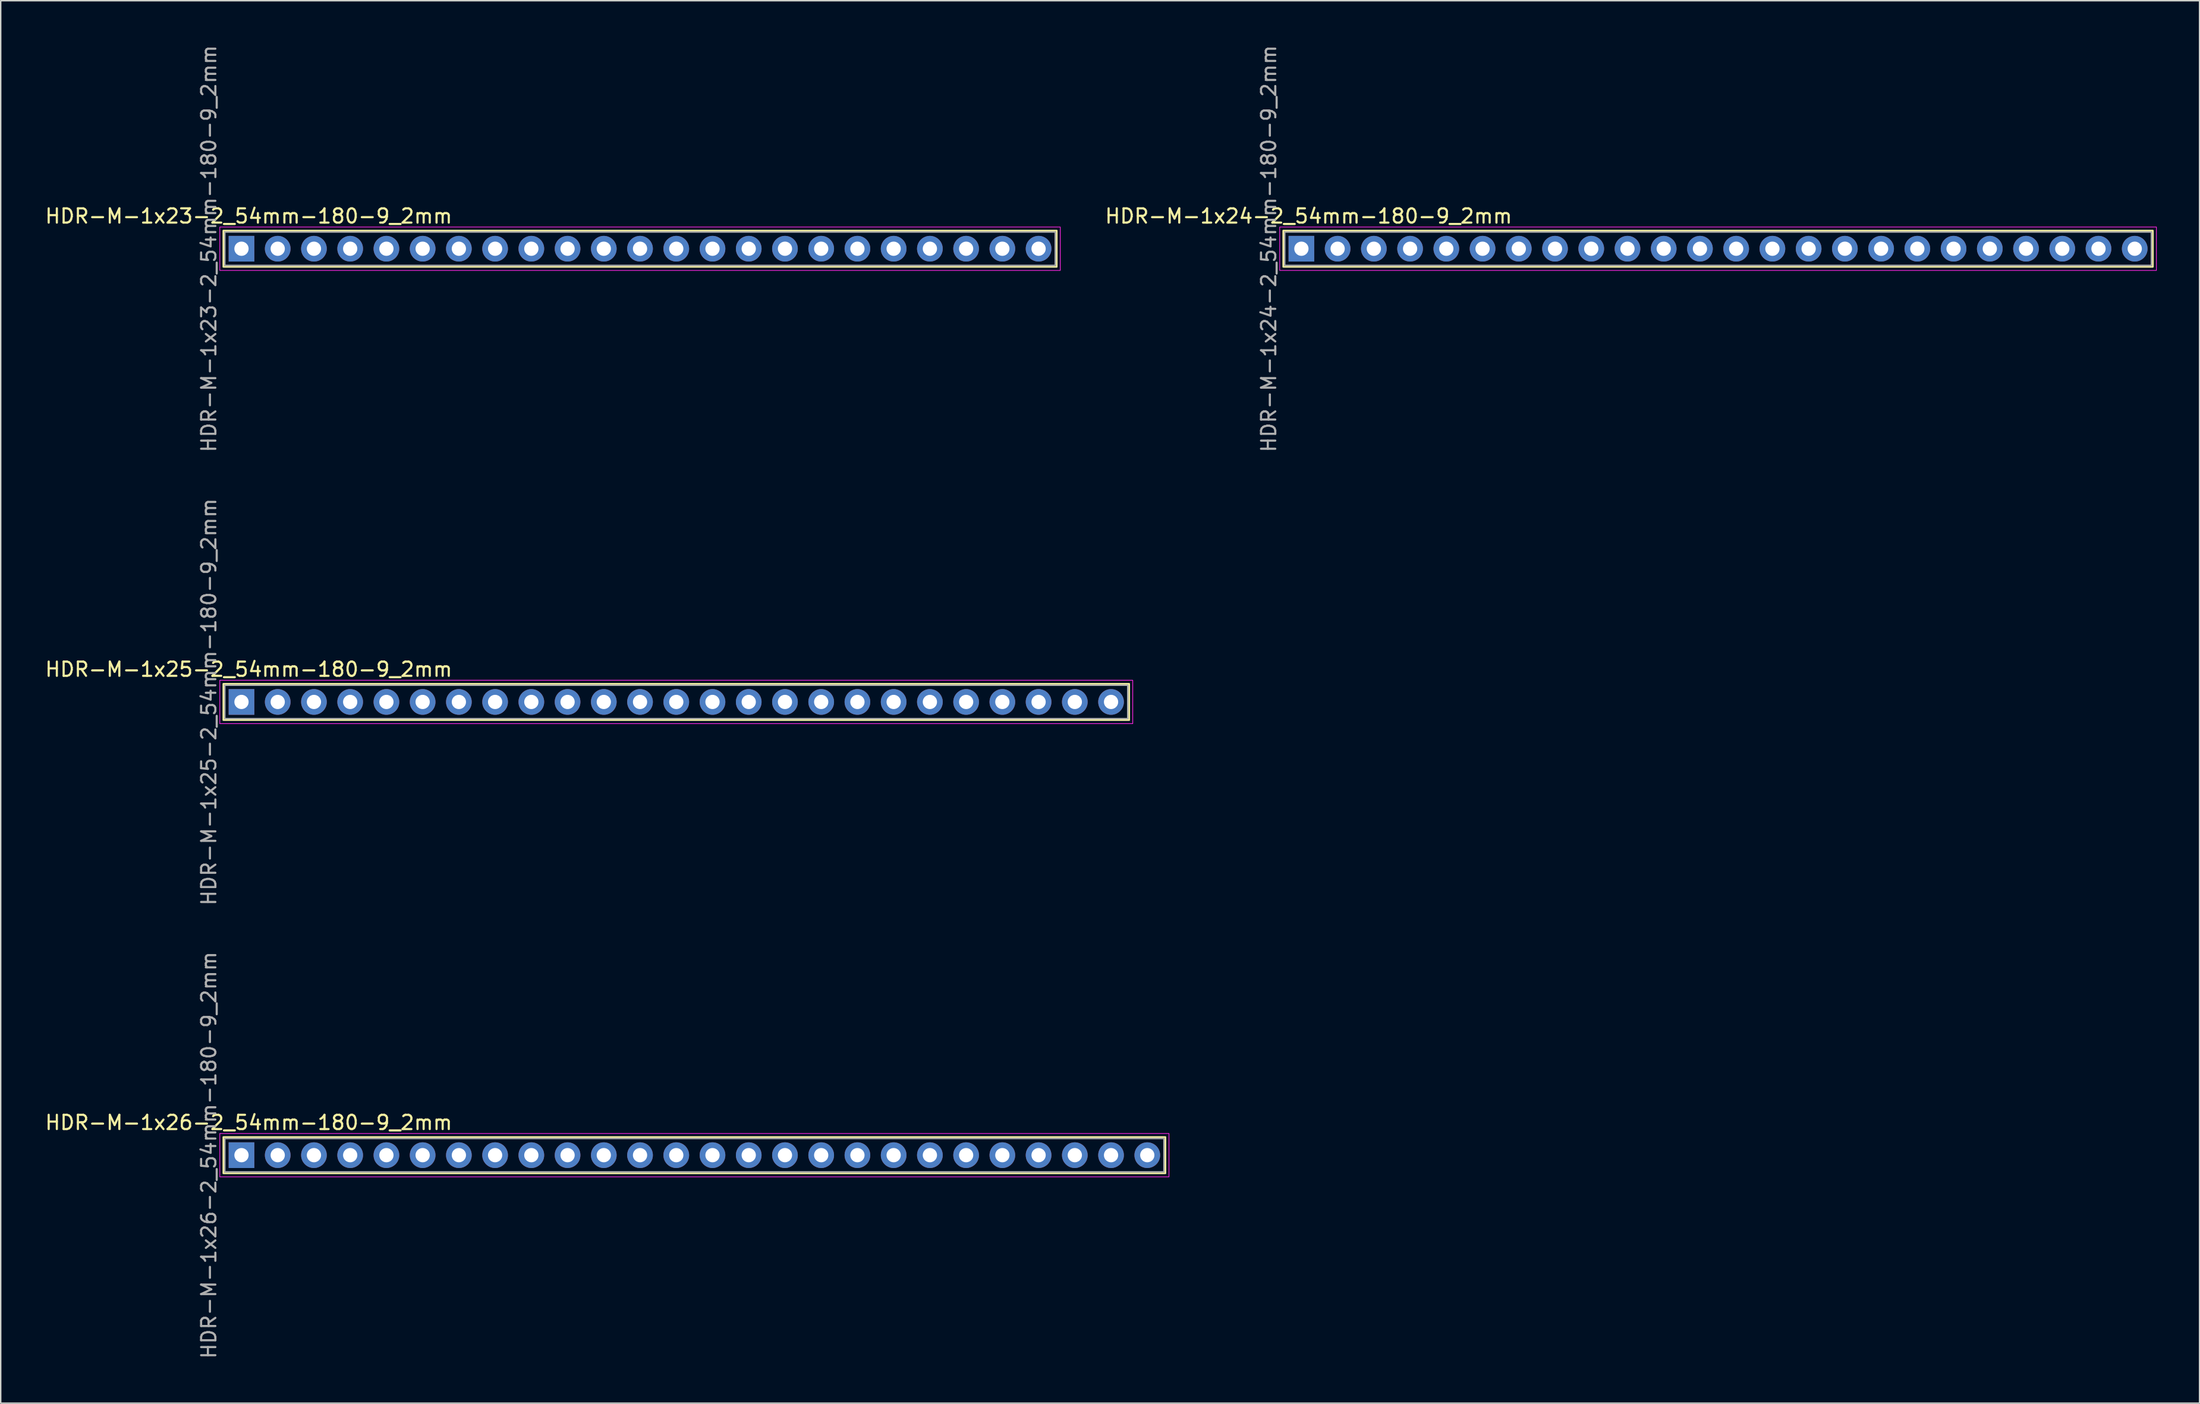
<source format=kicad_pcb>
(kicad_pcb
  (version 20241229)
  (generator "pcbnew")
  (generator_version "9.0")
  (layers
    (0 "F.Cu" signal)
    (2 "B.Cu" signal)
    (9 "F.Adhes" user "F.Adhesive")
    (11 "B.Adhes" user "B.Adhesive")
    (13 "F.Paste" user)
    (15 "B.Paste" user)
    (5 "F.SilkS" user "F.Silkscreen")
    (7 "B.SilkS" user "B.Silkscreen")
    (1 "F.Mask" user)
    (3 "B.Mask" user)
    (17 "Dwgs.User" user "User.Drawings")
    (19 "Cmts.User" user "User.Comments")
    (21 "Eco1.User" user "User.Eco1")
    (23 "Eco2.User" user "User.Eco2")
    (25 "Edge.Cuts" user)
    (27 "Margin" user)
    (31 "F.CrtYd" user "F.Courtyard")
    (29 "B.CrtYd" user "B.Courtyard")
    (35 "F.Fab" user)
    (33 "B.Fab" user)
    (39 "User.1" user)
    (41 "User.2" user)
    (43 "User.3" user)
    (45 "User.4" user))
  (footprint "HDR-M-1x26-2_54mm-180-9_2mm"
    (layer "F.Cu")
    (at 13.879 77.935)
    (property "Reference" "HDR-M-1x26-2_54mm-180-9_2mm" (at 0.508 -2.286 0) (unlocked yes) (layer "F.SilkS") (effects (font (size 1 1) (thickness 0.15))))
    (attr through_hole)
    (fp_rect (start -1.27 -1.27) (end 64.77 1.27) (stroke (width 0.12) (type solid)) (fill no) (layer "F.SilkS"))
    (fp_rect (start -1.52 -1.52) (end 65.02 1.52) (stroke (width 0.05) (type solid)) (fill no) (layer "F.CrtYd"))
    (fp_rect (start -1.17 -1.17) (end 64.67 1.17) (stroke (width 0.1) (type solid)) (fill no) (layer "F.Fab"))
    (fp_text user "${REFERENCE}" (at -2.286 0 90) (unlocked yes) (layer "F.Fab") (effects (font (size 1 1) (thickness 0.15))))
    (pad "1" thru_hole rect (at 0 0) (size 1.8 1.8) (drill 1) (layers "*.Cu" "*.Mask"))
    (pad "2" thru_hole circle (at 2.54 0) (size 1.8 1.8) (drill 1) (layers "*.Cu" "*.Mask"))
    (pad "3" thru_hole circle (at 5.08 0) (size 1.8 1.8) (drill 1) (layers "*.Cu" "*.Mask"))
    (pad "4" thru_hole circle (at 7.62 0) (size 1.8 1.8) (drill 1) (layers "*.Cu" "*.Mask"))
    (pad "5" thru_hole circle (at 10.16 0) (size 1.8 1.8) (drill 1) (layers "*.Cu" "*.Mask"))
    (pad "6" thru_hole circle (at 12.7 0) (size 1.8 1.8) (drill 1) (layers "*.Cu" "*.Mask"))
    (pad "7" thru_hole circle (at 15.24 0) (size 1.8 1.8) (drill 1) (layers "*.Cu" "*.Mask"))
    (pad "8" thru_hole circle (at 17.78 0) (size 1.8 1.8) (drill 1) (layers "*.Cu" "*.Mask"))
    (pad "9" thru_hole circle (at 20.32 0) (size 1.8 1.8) (drill 1) (layers "*.Cu" "*.Mask"))
    (pad "10" thru_hole circle (at 22.86 0) (size 1.8 1.8) (drill 1) (layers "*.Cu" "*.Mask"))
    (pad "11" thru_hole circle (at 25.4 0) (size 1.8 1.8) (drill 1) (layers "*.Cu" "*.Mask"))
    (pad "12" thru_hole circle (at 27.94 0) (size 1.8 1.8) (drill 1) (layers "*.Cu" "*.Mask"))
    (pad "13" thru_hole circle (at 30.48 0) (size 1.8 1.8) (drill 1) (layers "*.Cu" "*.Mask"))
    (pad "14" thru_hole circle (at 33.02 0) (size 1.8 1.8) (drill 1) (layers "*.Cu" "*.Mask"))
    (pad "15" thru_hole circle (at 35.56 0) (size 1.8 1.8) (drill 1) (layers "*.Cu" "*.Mask"))
    (pad "16" thru_hole circle (at 38.1 0) (size 1.8 1.8) (drill 1) (layers "*.Cu" "*.Mask"))
    (pad "17" thru_hole circle (at 40.64 0) (size 1.8 1.8) (drill 1) (layers "*.Cu" "*.Mask"))
    (pad "18" thru_hole circle (at 43.18 0) (size 1.8 1.8) (drill 1) (layers "*.Cu" "*.Mask"))
    (pad "19" thru_hole circle (at 45.72 0) (size 1.8 1.8) (drill 1) (layers "*.Cu" "*.Mask"))
    (pad "20" thru_hole circle (at 48.26 0) (size 1.8 1.8) (drill 1) (layers "*.Cu" "*.Mask"))
    (pad "21" thru_hole circle (at 50.8 0) (size 1.8 1.8) (drill 1) (layers "*.Cu" "*.Mask"))
    (pad "22" thru_hole circle (at 53.34 0) (size 1.8 1.8) (drill 1) (layers "*.Cu" "*.Mask"))
    (pad "23" thru_hole circle (at 55.88 0) (size 1.8 1.8) (drill 1) (layers "*.Cu" "*.Mask"))
    (pad "24" thru_hole circle (at 58.42 0) (size 1.8 1.8) (drill 1) (layers "*.Cu" "*.Mask"))
    (pad "25" thru_hole circle (at 60.96 0) (size 1.8 1.8) (drill 1) (layers "*.Cu" "*.Mask"))
    (pad "26" thru_hole circle (at 63.5 0) (size 1.8 1.8) (drill 1) (layers "*.Cu" "*.Mask")))
  (footprint "HDR-M-1x24-2_54mm-180-9_2mm"
    (layer "F.Cu")
    (at 88.183 14.387)
    (property "Reference" "HDR-M-1x24-2_54mm-180-9_2mm" (at 0.508 -2.286 0) (unlocked yes) (layer "F.SilkS") (effects (font (size 1 1) (thickness 0.15))))
    (attr through_hole)
    (fp_rect (start -1.27 -1.27) (end 59.69 1.27) (stroke (width 0.12) (type solid)) (fill no) (layer "F.SilkS"))
    (fp_rect (start -1.52 -1.52) (end 59.94 1.52) (stroke (width 0.05) (type solid)) (fill no) (layer "F.CrtYd"))
    (fp_rect (start -1.17 -1.17) (end 59.59 1.17) (stroke (width 0.1) (type solid)) (fill no) (layer "F.Fab"))
    (fp_text user "${REFERENCE}" (at -2.286 0 90) (unlocked yes) (layer "F.Fab") (effects (font (size 1 1) (thickness 0.15))))
    (pad "1" thru_hole rect (at 0 0) (size 1.8 1.8) (drill 1) (layers "*.Cu" "*.Mask"))
    (pad "2" thru_hole circle (at 2.54 0) (size 1.8 1.8) (drill 1) (layers "*.Cu" "*.Mask"))
    (pad "3" thru_hole circle (at 5.08 0) (size 1.8 1.8) (drill 1) (layers "*.Cu" "*.Mask"))
    (pad "4" thru_hole circle (at 7.62 0) (size 1.8 1.8) (drill 1) (layers "*.Cu" "*.Mask"))
    (pad "5" thru_hole circle (at 10.16 0) (size 1.8 1.8) (drill 1) (layers "*.Cu" "*.Mask"))
    (pad "6" thru_hole circle (at 12.7 0) (size 1.8 1.8) (drill 1) (layers "*.Cu" "*.Mask"))
    (pad "7" thru_hole circle (at 15.24 0) (size 1.8 1.8) (drill 1) (layers "*.Cu" "*.Mask"))
    (pad "8" thru_hole circle (at 17.78 0) (size 1.8 1.8) (drill 1) (layers "*.Cu" "*.Mask"))
    (pad "9" thru_hole circle (at 20.32 0) (size 1.8 1.8) (drill 1) (layers "*.Cu" "*.Mask"))
    (pad "10" thru_hole circle (at 22.86 0) (size 1.8 1.8) (drill 1) (layers "*.Cu" "*.Mask"))
    (pad "11" thru_hole circle (at 25.4 0) (size 1.8 1.8) (drill 1) (layers "*.Cu" "*.Mask"))
    (pad "12" thru_hole circle (at 27.94 0) (size 1.8 1.8) (drill 1) (layers "*.Cu" "*.Mask"))
    (pad "13" thru_hole circle (at 30.48 0) (size 1.8 1.8) (drill 1) (layers "*.Cu" "*.Mask"))
    (pad "14" thru_hole circle (at 33.02 0) (size 1.8 1.8) (drill 1) (layers "*.Cu" "*.Mask"))
    (pad "15" thru_hole circle (at 35.56 0) (size 1.8 1.8) (drill 1) (layers "*.Cu" "*.Mask"))
    (pad "16" thru_hole circle (at 38.1 0) (size 1.8 1.8) (drill 1) (layers "*.Cu" "*.Mask"))
    (pad "17" thru_hole circle (at 40.64 0) (size 1.8 1.8) (drill 1) (layers "*.Cu" "*.Mask"))
    (pad "18" thru_hole circle (at 43.18 0) (size 1.8 1.8) (drill 1) (layers "*.Cu" "*.Mask"))
    (pad "19" thru_hole circle (at 45.72 0) (size 1.8 1.8) (drill 1) (layers "*.Cu" "*.Mask"))
    (pad "20" thru_hole circle (at 48.26 0) (size 1.8 1.8) (drill 1) (layers "*.Cu" "*.Mask"))
    (pad "21" thru_hole circle (at 50.8 0) (size 1.8 1.8) (drill 1) (layers "*.Cu" "*.Mask"))
    (pad "22" thru_hole circle (at 53.34 0) (size 1.8 1.8) (drill 1) (layers "*.Cu" "*.Mask"))
    (pad "23" thru_hole circle (at 55.88 0) (size 1.8 1.8) (drill 1) (layers "*.Cu" "*.Mask"))
    (pad "24" thru_hole circle (at 58.42 0) (size 1.8 1.8) (drill 1) (layers "*.Cu" "*.Mask")))
  (footprint "HDR-M-1x23-2_54mm-180-9_2mm"
    (layer "F.Cu")
    (at 13.879 14.387)
    (property "Reference" "HDR-M-1x23-2_54mm-180-9_2mm" (at 0.508 -2.286 0) (unlocked yes) (layer "F.SilkS") (effects (font (size 1 1) (thickness 0.15))))
    (attr through_hole)
    (fp_rect (start -1.27 -1.27) (end 57.15 1.27) (stroke (width 0.12) (type solid)) (fill no) (layer "F.SilkS"))
    (fp_rect (start -1.52 -1.52) (end 57.4 1.52) (stroke (width 0.05) (type solid)) (fill no) (layer "F.CrtYd"))
    (fp_rect (start -1.17 -1.17) (end 57.05 1.17) (stroke (width 0.1) (type solid)) (fill no) (layer "F.Fab"))
    (fp_text user "${REFERENCE}" (at -2.286 0 90) (unlocked yes) (layer "F.Fab") (effects (font (size 1 1) (thickness 0.15))))
    (pad "1" thru_hole rect (at 0 0) (size 1.8 1.8) (drill 1) (layers "*.Cu" "*.Mask"))
    (pad "2" thru_hole circle (at 2.54 0) (size 1.8 1.8) (drill 1) (layers "*.Cu" "*.Mask"))
    (pad "3" thru_hole circle (at 5.08 0) (size 1.8 1.8) (drill 1) (layers "*.Cu" "*.Mask"))
    (pad "4" thru_hole circle (at 7.62 0) (size 1.8 1.8) (drill 1) (layers "*.Cu" "*.Mask"))
    (pad "5" thru_hole circle (at 10.16 0) (size 1.8 1.8) (drill 1) (layers "*.Cu" "*.Mask"))
    (pad "6" thru_hole circle (at 12.7 0) (size 1.8 1.8) (drill 1) (layers "*.Cu" "*.Mask"))
    (pad "7" thru_hole circle (at 15.24 0) (size 1.8 1.8) (drill 1) (layers "*.Cu" "*.Mask"))
    (pad "8" thru_hole circle (at 17.78 0) (size 1.8 1.8) (drill 1) (layers "*.Cu" "*.Mask"))
    (pad "9" thru_hole circle (at 20.32 0) (size 1.8 1.8) (drill 1) (layers "*.Cu" "*.Mask"))
    (pad "10" thru_hole circle (at 22.86 0) (size 1.8 1.8) (drill 1) (layers "*.Cu" "*.Mask"))
    (pad "11" thru_hole circle (at 25.4 0) (size 1.8 1.8) (drill 1) (layers "*.Cu" "*.Mask"))
    (pad "12" thru_hole circle (at 27.94 0) (size 1.8 1.8) (drill 1) (layers "*.Cu" "*.Mask"))
    (pad "13" thru_hole circle (at 30.48 0) (size 1.8 1.8) (drill 1) (layers "*.Cu" "*.Mask"))
    (pad "14" thru_hole circle (at 33.02 0) (size 1.8 1.8) (drill 1) (layers "*.Cu" "*.Mask"))
    (pad "15" thru_hole circle (at 35.56 0) (size 1.8 1.8) (drill 1) (layers "*.Cu" "*.Mask"))
    (pad "16" thru_hole circle (at 38.1 0) (size 1.8 1.8) (drill 1) (layers "*.Cu" "*.Mask"))
    (pad "17" thru_hole circle (at 40.64 0) (size 1.8 1.8) (drill 1) (layers "*.Cu" "*.Mask"))
    (pad "18" thru_hole circle (at 43.18 0) (size 1.8 1.8) (drill 1) (layers "*.Cu" "*.Mask"))
    (pad "19" thru_hole circle (at 45.72 0) (size 1.8 1.8) (drill 1) (layers "*.Cu" "*.Mask"))
    (pad "20" thru_hole circle (at 48.26 0) (size 1.8 1.8) (drill 1) (layers "*.Cu" "*.Mask"))
    (pad "21" thru_hole circle (at 50.8 0) (size 1.8 1.8) (drill 1) (layers "*.Cu" "*.Mask"))
    (pad "22" thru_hole circle (at 53.34 0) (size 1.8 1.8) (drill 1) (layers "*.Cu" "*.Mask"))
    (pad "23" thru_hole circle (at 55.88 0) (size 1.8 1.8) (drill 1) (layers "*.Cu" "*.Mask")))
  (footprint "HDR-M-1x25-2_54mm-180-9_2mm"
    (layer "F.Cu")
    (at 13.879 46.161)
    (property "Reference" "HDR-M-1x25-2_54mm-180-9_2mm" (at 0.508 -2.286 0) (unlocked yes) (layer "F.SilkS") (effects (font (size 1 1) (thickness 0.15))))
    (attr through_hole)
    (fp_rect (start -1.27 -1.27) (end 62.23 1.27) (stroke (width 0.12) (type solid)) (fill no) (layer "F.SilkS"))
    (fp_rect (start -1.52 -1.52) (end 62.48 1.52) (stroke (width 0.05) (type solid)) (fill no) (layer "F.CrtYd"))
    (fp_rect (start -1.17 -1.17) (end 62.13 1.17) (stroke (width 0.1) (type solid)) (fill no) (layer "F.Fab"))
    (fp_text user "${REFERENCE}" (at -2.286 0 90) (unlocked yes) (layer "F.Fab") (effects (font (size 1 1) (thickness 0.15))))
    (pad "1" thru_hole rect (at 0 0) (size 1.8 1.8) (drill 1) (layers "*.Cu" "*.Mask"))
    (pad "2" thru_hole circle (at 2.54 0) (size 1.8 1.8) (drill 1) (layers "*.Cu" "*.Mask"))
    (pad "3" thru_hole circle (at 5.08 0) (size 1.8 1.8) (drill 1) (layers "*.Cu" "*.Mask"))
    (pad "4" thru_hole circle (at 7.62 0) (size 1.8 1.8) (drill 1) (layers "*.Cu" "*.Mask"))
    (pad "5" thru_hole circle (at 10.16 0) (size 1.8 1.8) (drill 1) (layers "*.Cu" "*.Mask"))
    (pad "6" thru_hole circle (at 12.7 0) (size 1.8 1.8) (drill 1) (layers "*.Cu" "*.Mask"))
    (pad "7" thru_hole circle (at 15.24 0) (size 1.8 1.8) (drill 1) (layers "*.Cu" "*.Mask"))
    (pad "8" thru_hole circle (at 17.78 0) (size 1.8 1.8) (drill 1) (layers "*.Cu" "*.Mask"))
    (pad "9" thru_hole circle (at 20.32 0) (size 1.8 1.8) (drill 1) (layers "*.Cu" "*.Mask"))
    (pad "10" thru_hole circle (at 22.86 0) (size 1.8 1.8) (drill 1) (layers "*.Cu" "*.Mask"))
    (pad "11" thru_hole circle (at 25.4 0) (size 1.8 1.8) (drill 1) (layers "*.Cu" "*.Mask"))
    (pad "12" thru_hole circle (at 27.94 0) (size 1.8 1.8) (drill 1) (layers "*.Cu" "*.Mask"))
    (pad "13" thru_hole circle (at 30.48 0) (size 1.8 1.8) (drill 1) (layers "*.Cu" "*.Mask"))
    (pad "14" thru_hole circle (at 33.02 0) (size 1.8 1.8) (drill 1) (layers "*.Cu" "*.Mask"))
    (pad "15" thru_hole circle (at 35.56 0) (size 1.8 1.8) (drill 1) (layers "*.Cu" "*.Mask"))
    (pad "16" thru_hole circle (at 38.1 0) (size 1.8 1.8) (drill 1) (layers "*.Cu" "*.Mask"))
    (pad "17" thru_hole circle (at 40.64 0) (size 1.8 1.8) (drill 1) (layers "*.Cu" "*.Mask"))
    (pad "18" thru_hole circle (at 43.18 0) (size 1.8 1.8) (drill 1) (layers "*.Cu" "*.Mask"))
    (pad "19" thru_hole circle (at 45.72 0) (size 1.8 1.8) (drill 1) (layers "*.Cu" "*.Mask"))
    (pad "20" thru_hole circle (at 48.26 0) (size 1.8 1.8) (drill 1) (layers "*.Cu" "*.Mask"))
    (pad "21" thru_hole circle (at 50.8 0) (size 1.8 1.8) (drill 1) (layers "*.Cu" "*.Mask"))
    (pad "22" thru_hole circle (at 53.34 0) (size 1.8 1.8) (drill 1) (layers "*.Cu" "*.Mask"))
    (pad "23" thru_hole circle (at 55.88 0) (size 1.8 1.8) (drill 1) (layers "*.Cu" "*.Mask"))
    (pad "24" thru_hole circle (at 58.42 0) (size 1.8 1.8) (drill 1) (layers "*.Cu" "*.Mask"))
    (pad "25" thru_hole circle (at 60.96 0) (size 1.8 1.8) (drill 1) (layers "*.Cu" "*.Mask")))
  (gr_rect
    (start -3 -3)
    (end 151.148 95.321)
    (stroke (width 0.1) (type default))
    (fill no)
    (layer "Edge.Cuts")))
</source>
